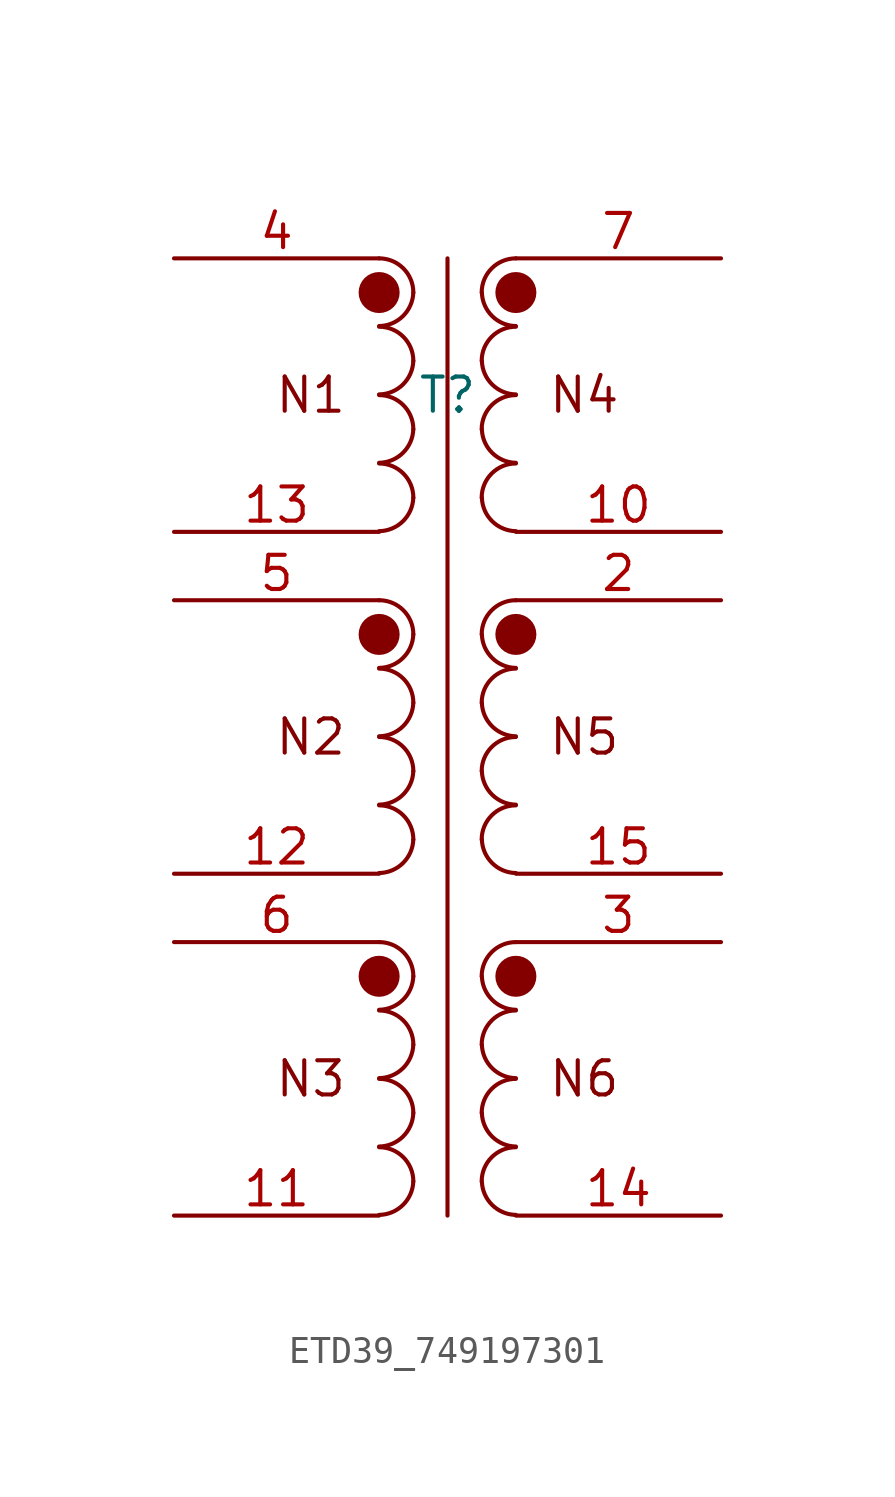
<source format=kicad_sym>
(kicad_symbol_lib
  (version 20220914)
  (generator kicad_symbol_editor)
  (symbol "ETD39_749197301"
    (pin_names hide)
    (property "Reference" "T"
      (at 0 12.7 0)
      (effects (font (size 1.27 1.27))))
    (property "Critical Parameter" ""
      (at 0 -5.08 0)
      (effects (font (size 1.27 1.27)) (justify left)))
    (symbol "ETD39_749197301_0_1"
      (arc (start -2.54 -17.7546) (mid -1.6561 -17.3863) (end -1.27 -16.51) (stroke (width 0) (type default)) (fill (type none)))
      (arc (start -2.54 -15.2146) (mid -1.6561 -14.8463) (end -1.27 -13.97) (stroke (width 0) (type default)) (fill (type none)))
      (arc (start -2.54 -12.6746) (mid -1.6561 -12.3063) (end -1.27 -11.43) (stroke (width 0) (type default)) (fill (type none)))
      (arc (start -2.54 -10.1346) (mid -1.6561 -9.7663) (end -1.27 -8.89) (stroke (width 0) (type default)) (fill (type none)))
      (arc (start -2.54 -5.0546) (mid -1.6561 -4.6863) (end -1.27 -3.81) (stroke (width 0) (type default)) (fill (type none)))
      (arc (start -2.54 -2.5146) (mid -1.6561 -2.1463) (end -1.27 -1.27) (stroke (width 0) (type default)) (fill (type none)))
      (arc (start -2.54 0.0254) (mid -1.6561 0.3937) (end -1.27 1.27) (stroke (width 0) (type default)) (fill (type none)))
      (arc (start -2.54 2.5654) (mid -1.6561 2.9337) (end -1.27 3.81) (stroke (width 0) (type default)) (fill (type none)))
      (arc (start -2.54 7.6454) (mid -1.6561 8.0137) (end -1.27 8.89) (stroke (width 0) (type default)) (fill (type none)))
      (arc (start -2.54 10.1854) (mid -1.6561 10.5537) (end -1.27 11.43) (stroke (width 0) (type default)) (fill (type none)))
      (arc (start -2.54 12.7254) (mid -1.6561 13.0937) (end -1.27 13.97) (stroke (width 0) (type default)) (fill (type none)))
      (arc (start -2.54 15.2654) (mid -1.6561 15.6337) (end -1.27 16.51) (stroke (width 0) (type default)) (fill (type none)))
      (arc (start -1.27 -16.51) (mid -1.642 -15.612) (end -2.54 -15.24) (stroke (width 0) (type default)) (fill (type none)))
      (arc (start -1.27 -13.97) (mid -1.642 -13.072) (end -2.54 -12.7) (stroke (width 0) (type default)) (fill (type none)))
      (arc (start -1.27 -11.43) (mid -1.642 -10.532) (end -2.54 -10.16) (stroke (width 0) (type default)) (fill (type none)))
      (arc (start -1.27 -8.89) (mid -1.642 -7.992) (end -2.54 -7.62) (stroke (width 0) (type default)) (fill (type none)))
      (arc (start -1.27 -3.81) (mid -1.642 -2.912) (end -2.54 -2.54) (stroke (width 0) (type default)) (fill (type none)))
      (arc (start -1.27 -1.27) (mid -1.642 -0.372) (end -2.54 0) (stroke (width 0) (type default)) (fill (type none)))
      (arc (start -1.27 1.27) (mid -1.642 2.168) (end -2.54 2.54) (stroke (width 0) (type default)) (fill (type none)))
      (arc (start -1.27 3.81) (mid -1.642 4.708) (end -2.54 5.08) (stroke (width 0) (type default)) (fill (type none)))
      (arc (start -1.27 8.89) (mid -1.642 9.788) (end -2.54 10.16) (stroke (width 0) (type default)) (fill (type none)))
      (arc (start -1.27 11.43) (mid -1.642 12.328) (end -2.54 12.7) (stroke (width 0) (type default)) (fill (type none)))
      (arc (start -1.27 13.97) (mid -1.642 14.868) (end -2.54 15.24) (stroke (width 0) (type default)) (fill (type none)))
      (arc (start -1.27 16.51) (mid -1.642 17.408) (end -2.54 17.78) (stroke (width 0) (type default)) (fill (type none)))
      (polyline (pts (xy 0 -17.78) (xy 0 17.78)) (stroke (width 0) (type default)) (fill (type none)))
      (arc (start 1.27 -16.51) (mid 1.6561 -17.3863) (end 2.54 -17.7546) (stroke (width 0) (type default)) (fill (type none)))
      (arc (start 1.27 -13.97) (mid 1.6561 -14.8463) (end 2.54 -15.2146) (stroke (width 0) (type default)) (fill (type none)))
      (arc (start 1.27 -11.43) (mid 1.6561 -12.3063) (end 2.54 -12.6746) (stroke (width 0) (type default)) (fill (type none)))
      (arc (start 1.27 -8.89) (mid 1.6561 -9.7663) (end 2.54 -10.1346) (stroke (width 0) (type default)) (fill (type none)))
      (arc (start 1.27 -3.81) (mid 1.6561 -4.6863) (end 2.54 -5.0546) (stroke (width 0) (type default)) (fill (type none)))
      (arc (start 1.27 -1.27) (mid 1.6561 -2.1463) (end 2.54 -2.5146) (stroke (width 0) (type default)) (fill (type none)))
      (arc (start 1.27 1.27) (mid 1.6561 0.3937) (end 2.54 0.0254) (stroke (width 0) (type default)) (fill (type none)))
      (arc (start 1.27 3.81) (mid 1.6561 2.9337) (end 2.54 2.5654) (stroke (width 0) (type default)) (fill (type none)))
      (arc (start 1.27 8.89) (mid 1.6561 8.0137) (end 2.54 7.6454) (stroke (width 0) (type default)) (fill (type none)))
      (arc (start 1.27 11.43) (mid 1.6561 10.5537) (end 2.54 10.1854) (stroke (width 0) (type default)) (fill (type none)))
      (arc (start 1.27 13.97) (mid 1.6561 13.0937) (end 2.54 12.7254) (stroke (width 0) (type default)) (fill (type none)))
      (arc (start 1.27 16.51) (mid 1.6561 15.6337) (end 2.54 15.2654) (stroke (width 0) (type default)) (fill (type none)))
      (arc (start 2.54 -15.24) (mid 1.642 -15.612) (end 1.27 -16.51) (stroke (width 0) (type default)) (fill (type none)))
      (arc (start 2.54 -12.7) (mid 1.642 -13.072) (end 1.27 -13.97) (stroke (width 0) (type default)) (fill (type none)))
      (arc (start 2.54 -10.16) (mid 1.642 -10.532) (end 1.27 -11.43) (stroke (width 0) (type default)) (fill (type none)))
      (arc (start 2.54 -7.62) (mid 1.642 -7.992) (end 1.27 -8.89) (stroke (width 0) (type default)) (fill (type none)))
      (arc (start 2.54 -2.54) (mid 1.642 -2.912) (end 1.27 -3.81) (stroke (width 0) (type default)) (fill (type none)))
      (arc (start 2.54 0) (mid 1.642 -0.372) (end 1.27 -1.27) (stroke (width 0) (type default)) (fill (type none)))
      (arc (start 2.54 2.54) (mid 1.642 2.168) (end 1.27 1.27) (stroke (width 0) (type default)) (fill (type none)))
      (arc (start 2.54 5.08) (mid 1.642 4.708) (end 1.27 3.81) (stroke (width 0) (type default)) (fill (type none)))
      (arc (start 2.54 10.16) (mid 1.642 9.788) (end 1.27 8.89) (stroke (width 0) (type default)) (fill (type none)))
      (arc (start 2.54 12.7) (mid 1.642 12.328) (end 1.27 11.43) (stroke (width 0) (type default)) (fill (type none)))
      (arc (start 2.54 15.24) (mid 1.642 14.868) (end 1.27 13.97) (stroke (width 0) (type default)) (fill (type none)))
      (arc (start 2.54 17.78) (mid 1.642 17.408) (end 1.27 16.51) (stroke (width 0) (type default)) (fill (type none))))
    (symbol "ETD39_749197301_1_1"
      (circle (center -2.54 -8.89) (radius 0.0001) (stroke (width 0.762) (type default)) (fill (type none)))
      (circle (center -2.54 3.81) (radius 0.0001) (stroke (width 0.762) (type default)) (fill (type none)))
      (circle (center -2.54 16.51) (radius 0.0001) (stroke (width 0.762) (type default)) (fill (type none)))
      (circle (center 2.54 -8.89) (radius 0.0001) (stroke (width 0.762) (type default)) (fill (type none)))
      (circle (center 2.54 3.81) (radius 0.0001) (stroke (width 0.762) (type default)) (fill (type none)))
      (circle (center 2.54 16.51) (radius 0.0001) (stroke (width 0.762) (type default)) (fill (type none)))
      (text "N1" (at -5.08 12.7 0) (effects (font (size 1.27 1.27))))
      (text "N2" (at -5.08 0 0) (effects (font (size 1.27 1.27))))
      (text "N3" (at -5.08 -12.7 0) (effects (font (size 1.27 1.27))))
      (text "N4" (at 5.08 12.7 0) (effects (font (size 1.27 1.27))))
      (text "N5" (at 5.08 0 0) (effects (font (size 1.27 1.27))))
      (text "N6" (at 5.08 -12.7 0) (effects (font (size 1.27 1.27))))
      (pin passive line (at -10.16 17.78 0) (length 7.62) (name "4" (effects (font (size 1.27 1.27)))) (number "4" (effects (font (size 1.27 1.27)))))
      (pin passive line (at -10.16 7.62 0) (length 7.62) (name "13" (effects (font (size 1.27 1.27)))) (number "13" (effects (font (size 1.27 1.27)))))
      (pin passive line (at -10.16 5.08 0) (length 7.62) (name "5" (effects (font (size 1.27 1.27)))) (number "5" (effects (font (size 1.27 1.27)))))
      (pin passive line (at -10.16 -5.08 0) (length 7.62) (name "12" (effects (font (size 1.27 1.27)))) (number "12" (effects (font (size 1.27 1.27)))))
      (pin passive line (at -10.16 -7.62 0) (length 7.62) (name "6" (effects (font (size 1.27 1.27)))) (number "6" (effects (font (size 1.27 1.27)))))
      (pin passive line (at -10.16 -17.78 0) (length 7.62) (name "11" (effects (font (size 1.27 1.27)))) (number "11" (effects (font (size 1.27 1.27)))))
      (pin passive line (at 10.16 -17.78 180) (length 7.62) (name "14" (effects (font (size 1.27 1.27)))) (number "14" (effects (font (size 1.27 1.27)))))
      (pin passive line (at 10.16 -7.62 180) (length 7.62) (name "3" (effects (font (size 1.27 1.27)))) (number "3" (effects (font (size 1.27 1.27)))))
      (pin passive line (at 10.16 -5.08 180) (length 7.62) (name "15" (effects (font (size 1.27 1.27)))) (number "15" (effects (font (size 1.27 1.27)))))
      (pin passive line (at 10.16 5.08 180) (length 7.62) (name "2" (effects (font (size 1.27 1.27)))) (number "2" (effects (font (size 1.27 1.27)))))
      (pin passive line (at 10.16 7.62 180) (length 7.62) (name "10" (effects (font (size 1.27 1.27)))) (number "10" (effects (font (size 1.27 1.27)))))
      (pin passive line (at 10.16 17.78 180) (length 7.62) (name "7" (effects (font (size 1.27 1.27)))) (number "7" (effects (font (size 1.27 1.27))))))))
</source>
